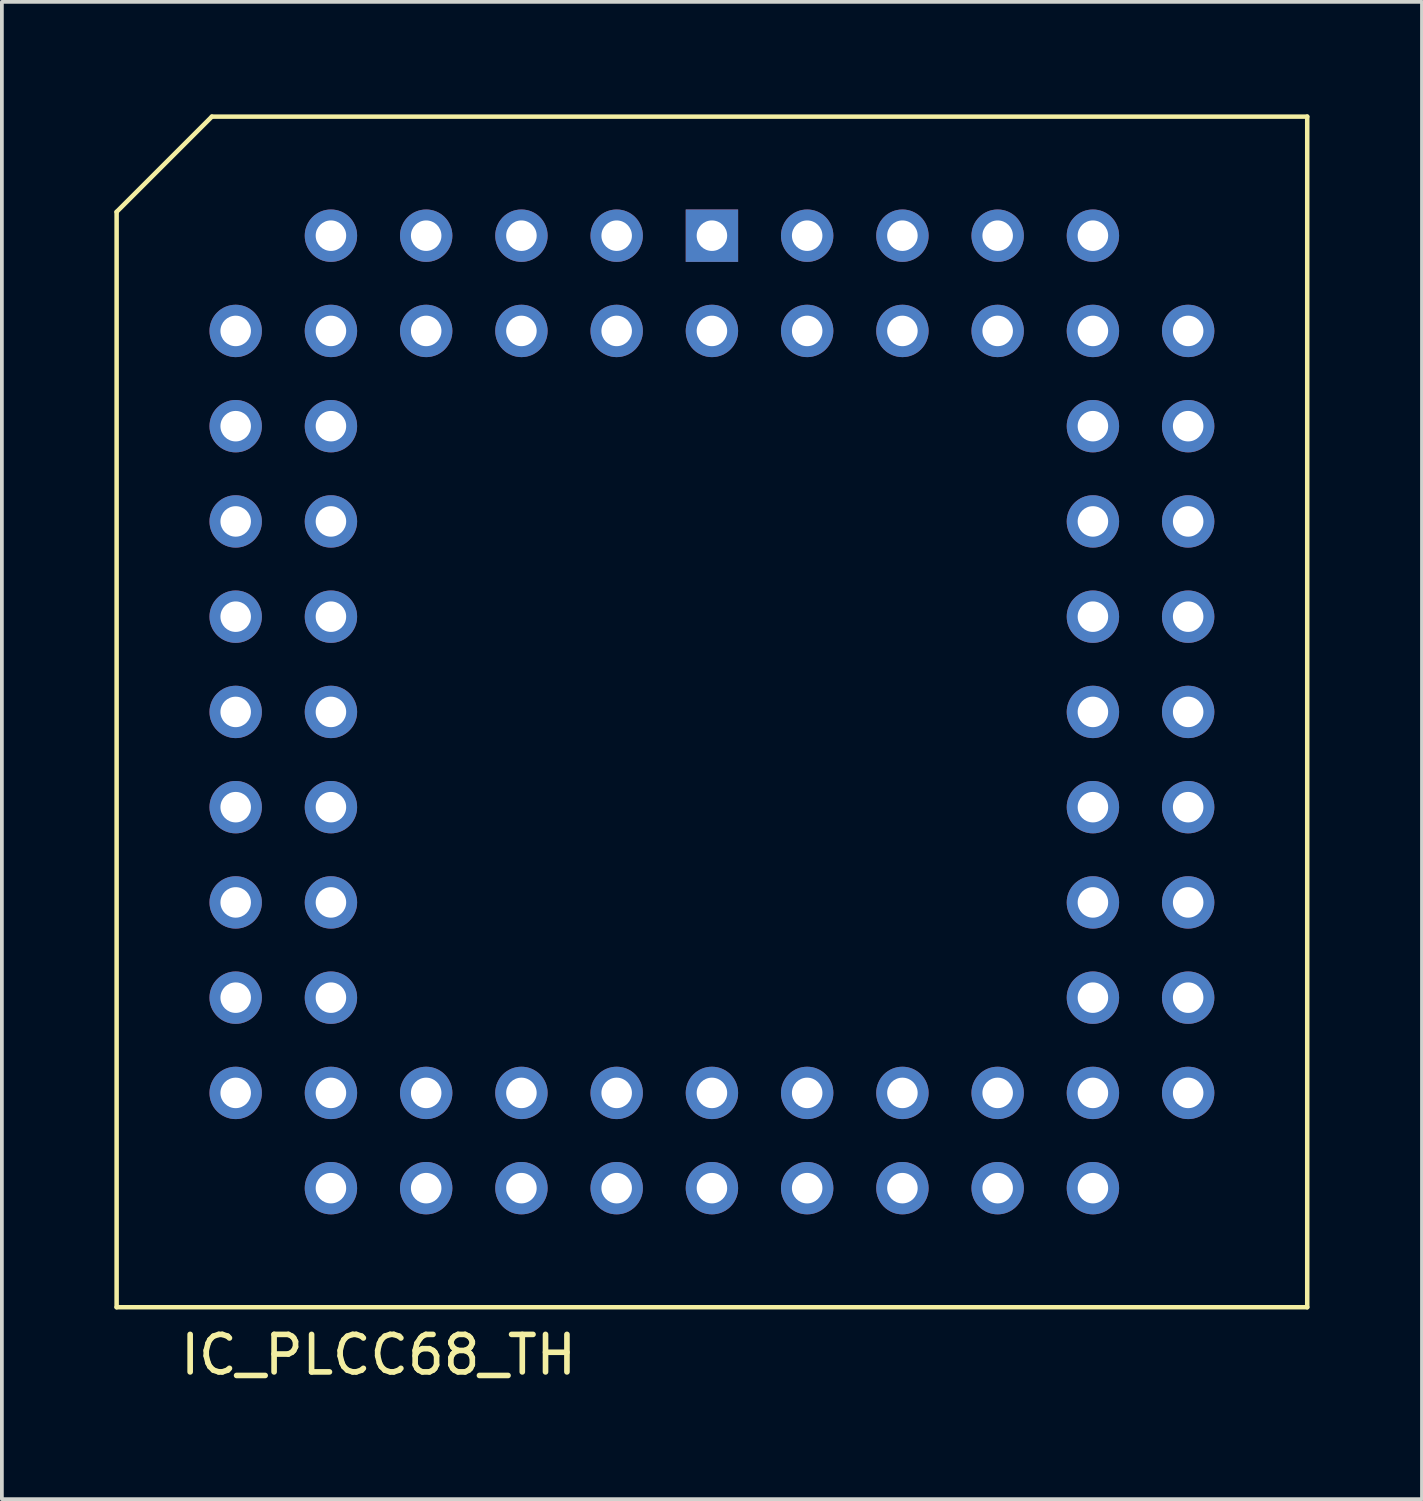
<source format=kicad_pcb>
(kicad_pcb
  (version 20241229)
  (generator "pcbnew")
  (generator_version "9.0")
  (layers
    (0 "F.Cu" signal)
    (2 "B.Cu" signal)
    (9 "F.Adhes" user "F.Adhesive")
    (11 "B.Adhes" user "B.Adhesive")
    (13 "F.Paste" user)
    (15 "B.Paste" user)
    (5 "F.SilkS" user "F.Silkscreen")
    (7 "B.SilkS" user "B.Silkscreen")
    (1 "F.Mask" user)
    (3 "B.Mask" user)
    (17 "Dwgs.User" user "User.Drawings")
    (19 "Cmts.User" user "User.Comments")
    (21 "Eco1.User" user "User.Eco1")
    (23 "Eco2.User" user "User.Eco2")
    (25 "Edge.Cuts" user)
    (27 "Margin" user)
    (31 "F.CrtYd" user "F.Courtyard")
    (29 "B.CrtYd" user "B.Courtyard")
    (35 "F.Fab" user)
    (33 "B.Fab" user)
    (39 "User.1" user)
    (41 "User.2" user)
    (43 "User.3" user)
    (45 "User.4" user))
  (footprint "IC_PLCC68_TH"
    (layer "F.Cu")
    (at 15.935 15.935)
    (property "Reference" "IC_PLCC68_TH" (at -8.89 17.145 0) (layer "F.SilkS") (effects (font (size 1 1) (thickness 0.15))))
    (attr through_hole)
    (fp_line (start -15.875 -13.335) (end -15.875 15.875) (stroke (width 0.12) (type solid)) (layer "F.SilkS"))
    (fp_line (start -15.875 -13.335) (end -13.335 -15.875) (stroke (width 0.12) (type solid)) (layer "F.SilkS"))
    (fp_line (start -13.335 -15.875) (end 15.875 -15.875) (stroke (width 0.12) (type solid)) (layer "F.SilkS"))
    (fp_line (start 15.875 -15.875) (end 15.875 15.875) (stroke (width 0.12) (type solid)) (layer "F.SilkS"))
    (fp_line (start 15.875 15.875) (end -15.875 15.875) (stroke (width 0.12) (type solid)) (layer "F.SilkS"))
    (pad "1" thru_hole rect (at 0 -12.7 270) (size 1.397 1.397) (drill 0.813) (layers "*.Cu" "*.Mask"))
    (pad "2" thru_hole circle (at 0 -10.16 270) (size 1.397 1.397) (drill 0.813) (layers "*.Cu" "*.Mask"))
    (pad "3" thru_hole circle (at -2.54 -12.7 270) (size 1.397 1.397) (drill 0.813) (layers "*.Cu" "*.Mask"))
    (pad "4" thru_hole circle (at -2.54 -10.16 270) (size 1.397 1.397) (drill 0.813) (layers "*.Cu" "*.Mask"))
    (pad "5" thru_hole circle (at -5.08 -12.7 270) (size 1.397 1.397) (drill 0.813) (layers "*.Cu" "*.Mask"))
    (pad "6" thru_hole circle (at -5.08 -10.16 270) (size 1.397 1.397) (drill 0.813) (layers "*.Cu" "*.Mask"))
    (pad "7" thru_hole circle (at -7.62 -12.7 270) (size 1.397 1.397) (drill 0.813) (layers "*.Cu" "*.Mask"))
    (pad "8" thru_hole circle (at -7.62 -10.16 270) (size 1.397 1.397) (drill 0.813) (layers "*.Cu" "*.Mask"))
    (pad "9" thru_hole circle (at -10.16 -12.7 270) (size 1.397 1.397) (drill 0.813) (layers "*.Cu" "*.Mask"))
    (pad "10" thru_hole circle (at -12.7 -10.16 270) (size 1.397 1.397) (drill 0.813) (layers "*.Cu" "*.Mask"))
    (pad "11" thru_hole circle (at -10.16 -10.16 270) (size 1.397 1.397) (drill 0.813) (layers "*.Cu" "*.Mask"))
    (pad "12" thru_hole circle (at -12.7 -7.62 270) (size 1.397 1.397) (drill 0.813) (layers "*.Cu" "*.Mask"))
    (pad "13" thru_hole circle (at -10.16 -7.62 270) (size 1.397 1.397) (drill 0.813) (layers "*.Cu" "*.Mask"))
    (pad "14" thru_hole circle (at -12.7 -5.08 270) (size 1.397 1.397) (drill 0.813) (layers "*.Cu" "*.Mask"))
    (pad "15" thru_hole circle (at -10.16 -5.08 270) (size 1.397 1.397) (drill 0.813) (layers "*.Cu" "*.Mask"))
    (pad "16" thru_hole circle (at -12.7 -2.54 270) (size 1.397 1.397) (drill 0.813) (layers "*.Cu" "*.Mask"))
    (pad "17" thru_hole circle (at -10.16 -2.54 270) (size 1.397 1.397) (drill 0.813) (layers "*.Cu" "*.Mask"))
    (pad "18" thru_hole circle (at -12.7 0 270) (size 1.397 1.397) (drill 0.813) (layers "*.Cu" "*.Mask"))
    (pad "19" thru_hole circle (at -10.16 0 270) (size 1.397 1.397) (drill 0.813) (layers "*.Cu" "*.Mask"))
    (pad "20" thru_hole circle (at -12.7 2.54 270) (size 1.397 1.397) (drill 0.813) (layers "*.Cu" "*.Mask"))
    (pad "21" thru_hole circle (at -10.16 2.54 270) (size 1.397 1.397) (drill 0.813) (layers "*.Cu" "*.Mask"))
    (pad "22" thru_hole circle (at -12.7 5.08 270) (size 1.397 1.397) (drill 0.813) (layers "*.Cu" "*.Mask"))
    (pad "23" thru_hole circle (at -10.16 5.08 270) (size 1.397 1.397) (drill 0.813) (layers "*.Cu" "*.Mask"))
    (pad "24" thru_hole circle (at -12.7 7.62 270) (size 1.397 1.397) (drill 0.813) (layers "*.Cu" "*.Mask"))
    (pad "25" thru_hole circle (at -10.16 7.62 270) (size 1.397 1.397) (drill 0.813) (layers "*.Cu" "*.Mask"))
    (pad "26" thru_hole circle (at -12.7 10.16 270) (size 1.397 1.397) (drill 0.813) (layers "*.Cu" "*.Mask"))
    (pad "27" thru_hole circle (at -10.16 12.7 270) (size 1.397 1.397) (drill 0.813) (layers "*.Cu" "*.Mask"))
    (pad "28" thru_hole circle (at -10.16 10.16 270) (size 1.397 1.397) (drill 0.813) (layers "*.Cu" "*.Mask"))
    (pad "29" thru_hole circle (at -7.62 12.7 270) (size 1.397 1.397) (drill 0.813) (layers "*.Cu" "*.Mask"))
    (pad "30" thru_hole circle (at -7.62 10.16 270) (size 1.397 1.397) (drill 0.813) (layers "*.Cu" "*.Mask"))
    (pad "31" thru_hole circle (at -5.08 12.7 270) (size 1.397 1.397) (drill 0.813) (layers "*.Cu" "*.Mask"))
    (pad "32" thru_hole circle (at -5.08 10.16 270) (size 1.397 1.397) (drill 0.813) (layers "*.Cu" "*.Mask"))
    (pad "33" thru_hole circle (at -2.54 12.7 270) (size 1.397 1.397) (drill 0.813) (layers "*.Cu" "*.Mask"))
    (pad "34" thru_hole circle (at -2.54 10.16 270) (size 1.397 1.397) (drill 0.813) (layers "*.Cu" "*.Mask"))
    (pad "35" thru_hole circle (at 0 12.7 270) (size 1.397 1.397) (drill 0.813) (layers "*.Cu" "*.Mask"))
    (pad "36" thru_hole circle (at 0 10.16 270) (size 1.397 1.397) (drill 0.813) (layers "*.Cu" "*.Mask"))
    (pad "37" thru_hole circle (at 2.54 12.7 270) (size 1.397 1.397) (drill 0.813) (layers "*.Cu" "*.Mask"))
    (pad "38" thru_hole circle (at 2.54 10.16 270) (size 1.397 1.397) (drill 0.813) (layers "*.Cu" "*.Mask"))
    (pad "39" thru_hole circle (at 5.08 12.7 270) (size 1.397 1.397) (drill 0.813) (layers "*.Cu" "*.Mask"))
    (pad "40" thru_hole circle (at 5.08 10.16 270) (size 1.397 1.397) (drill 0.813) (layers "*.Cu" "*.Mask"))
    (pad "41" thru_hole circle (at 7.62 12.7 270) (size 1.397 1.397) (drill 0.813) (layers "*.Cu" "*.Mask"))
    (pad "42" thru_hole circle (at 7.62 10.16 270) (size 1.397 1.397) (drill 0.813) (layers "*.Cu" "*.Mask"))
    (pad "43" thru_hole circle (at 10.16 12.7 270) (size 1.397 1.397) (drill 0.813) (layers "*.Cu" "*.Mask"))
    (pad "44" thru_hole circle (at 12.7 10.16 270) (size 1.397 1.397) (drill 0.813) (layers "*.Cu" "*.Mask"))
    (pad "45" thru_hole circle (at 10.16 10.16 270) (size 1.397 1.397) (drill 0.813) (layers "*.Cu" "*.Mask"))
    (pad "46" thru_hole circle (at 12.7 7.62 270) (size 1.397 1.397) (drill 0.813) (layers "*.Cu" "*.Mask"))
    (pad "47" thru_hole circle (at 10.16 7.62 270) (size 1.397 1.397) (drill 0.813) (layers "*.Cu" "*.Mask"))
    (pad "48" thru_hole circle (at 12.7 5.08 270) (size 1.397 1.397) (drill 0.813) (layers "*.Cu" "*.Mask"))
    (pad "49" thru_hole circle (at 10.16 5.08 270) (size 1.397 1.397) (drill 0.813) (layers "*.Cu" "*.Mask"))
    (pad "50" thru_hole circle (at 12.7 2.54 270) (size 1.397 1.397) (drill 0.813) (layers "*.Cu" "*.Mask"))
    (pad "51" thru_hole circle (at 10.16 2.54 270) (size 1.397 1.397) (drill 0.813) (layers "*.Cu" "*.Mask"))
    (pad "52" thru_hole circle (at 12.7 0 270) (size 1.397 1.397) (drill 0.813) (layers "*.Cu" "*.Mask"))
    (pad "53" thru_hole circle (at 10.16 0 270) (size 1.397 1.397) (drill 0.813) (layers "*.Cu" "*.Mask"))
    (pad "54" thru_hole circle (at 12.7 -2.54 270) (size 1.397 1.397) (drill 0.813) (layers "*.Cu" "*.Mask"))
    (pad "55" thru_hole circle (at 10.16 -2.54 270) (size 1.397 1.397) (drill 0.813) (layers "*.Cu" "*.Mask"))
    (pad "56" thru_hole circle (at 12.7 -5.08 270) (size 1.397 1.397) (drill 0.813) (layers "*.Cu" "*.Mask"))
    (pad "57" thru_hole circle (at 10.16 -5.08 270) (size 1.397 1.397) (drill 0.813) (layers "*.Cu" "*.Mask"))
    (pad "58" thru_hole circle (at 12.7 -7.62 270) (size 1.397 1.397) (drill 0.813) (layers "*.Cu" "*.Mask"))
    (pad "59" thru_hole circle (at 10.16 -7.62 270) (size 1.397 1.397) (drill 0.813) (layers "*.Cu" "*.Mask"))
    (pad "60" thru_hole circle (at 12.7 -10.16 270) (size 1.397 1.397) (drill 0.813) (layers "*.Cu" "*.Mask"))
    (pad "61" thru_hole circle (at 10.16 -12.7 270) (size 1.397 1.397) (drill 0.813) (layers "*.Cu" "*.Mask"))
    (pad "62" thru_hole circle (at 10.16 -10.16 270) (size 1.397 1.397) (drill 0.813) (layers "*.Cu" "*.Mask"))
    (pad "63" thru_hole circle (at 7.62 -12.7 270) (size 1.397 1.397) (drill 0.813) (layers "*.Cu" "*.Mask"))
    (pad "64" thru_hole circle (at 7.62 -10.16 270) (size 1.397 1.397) (drill 0.813) (layers "*.Cu" "*.Mask"))
    (pad "65" thru_hole circle (at 5.08 -12.7 270) (size 1.397 1.397) (drill 0.813) (layers "*.Cu" "*.Mask"))
    (pad "66" thru_hole circle (at 5.08 -10.16 270) (size 1.397 1.397) (drill 0.813) (layers "*.Cu" "*.Mask"))
    (pad "67" thru_hole circle (at 2.54 -12.7 270) (size 1.397 1.397) (drill 0.813) (layers "*.Cu" "*.Mask"))
    (pad "68" thru_hole circle (at 2.54 -10.16 270) (size 1.397 1.397) (drill 0.813) (layers "*.Cu" "*.Mask")))
  (gr_rect
    (start -3 -3)
    (end 34.87 36.928)
    (stroke (width 0.1) (type default))
    (fill no)
    (layer "Edge.Cuts")))
</source>
